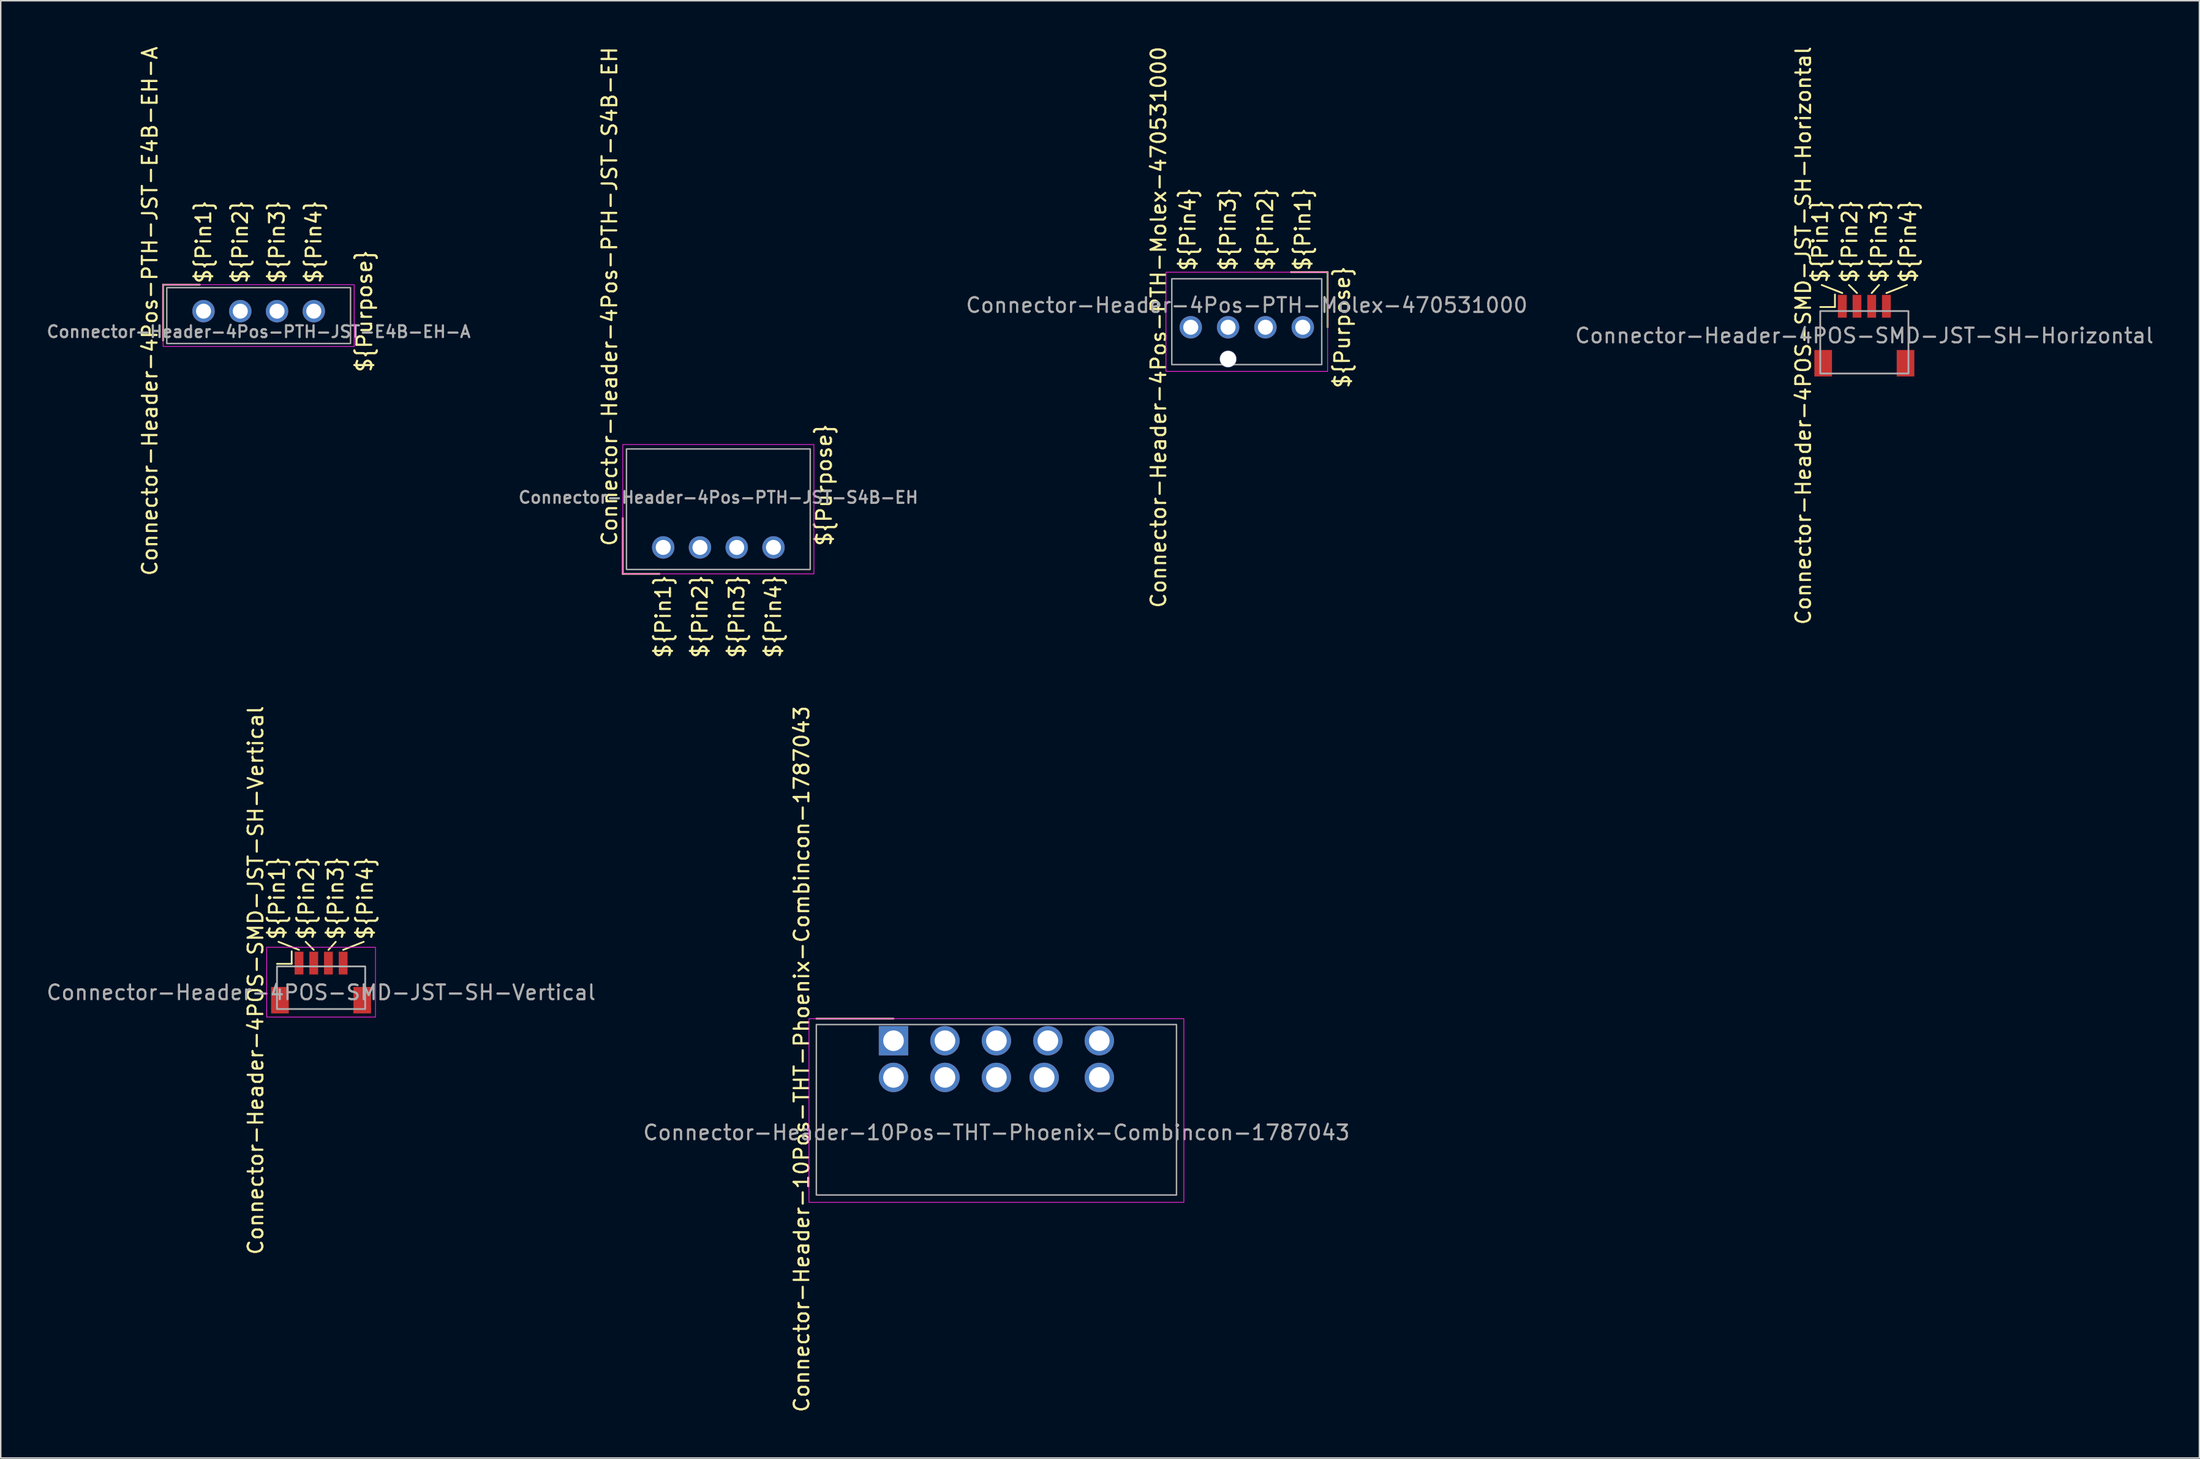
<source format=kicad_pcb>
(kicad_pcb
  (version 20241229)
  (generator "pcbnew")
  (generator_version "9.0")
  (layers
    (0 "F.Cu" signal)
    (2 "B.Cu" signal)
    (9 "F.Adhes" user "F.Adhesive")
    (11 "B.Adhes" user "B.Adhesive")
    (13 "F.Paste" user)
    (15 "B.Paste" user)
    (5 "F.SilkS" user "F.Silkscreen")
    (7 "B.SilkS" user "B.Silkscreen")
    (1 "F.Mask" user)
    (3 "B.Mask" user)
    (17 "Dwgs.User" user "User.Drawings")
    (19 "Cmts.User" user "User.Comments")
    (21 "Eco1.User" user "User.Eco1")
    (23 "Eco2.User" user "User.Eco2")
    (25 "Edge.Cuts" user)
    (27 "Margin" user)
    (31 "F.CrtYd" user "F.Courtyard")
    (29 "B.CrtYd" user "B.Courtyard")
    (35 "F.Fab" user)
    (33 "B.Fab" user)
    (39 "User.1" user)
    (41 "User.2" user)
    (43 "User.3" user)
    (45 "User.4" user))
  (footprint "Connector-Header-4Pos-PTH-JST-S4B-EH"
    (layer "F.Cu")
    (at 45.816 34.202)
    (property "Reference" "Connector-Header-4Pos-PTH-JST-S4B-EH" (at -7.4 0 90) (unlocked yes) (layer "F.SilkS") (effects (font (size 1 1) (thickness 0.15)) (justify left)))
    (attr through_hole)
    (fp_line (start -6.5 1.8) (end -6.5 -2) (stroke (width 0.12) (type solid)) (layer "F.SilkS"))
    (fp_line (start -4 1.8) (end -6.5 1.8) (stroke (width 0.12) (type solid)) (layer "F.SilkS"))
    (fp_rect (start 6.5 -7) (end -6.5 1.8) (stroke (width 0.05) (type default)) (fill no) (layer "F.CrtYd"))
    (fp_rect (start 6.25 -6.7) (end -6.25 1.5) (stroke (width 0.1) (type solid)) (fill no) (layer "F.Fab"))
    (fp_text user "${Pin3}" (at 1.25 1.8 90) (unlocked yes) (layer "F.SilkS") (effects (font (size 1 1) (thickness 0.15)) (justify right)))
    (fp_text user "${Pin4}" (at 3.75 1.8 90) (unlocked yes) (layer "F.SilkS") (effects (font (size 1 1) (thickness 0.15)) (justify right)))
    (fp_text user "${Purpose}" (at 7.2 0 90) (unlocked yes) (layer "F.SilkS") (effects (font (size 1 1) (thickness 0.15)) (justify left)))
    (fp_text user "${Pin1}" (at -3.75 1.8 90) (unlocked yes) (layer "F.SilkS") (effects (font (size 1 1) (thickness 0.15)) (justify right)))
    (fp_text user "${Pin2}" (at -1.25 1.8 90) (unlocked yes) (layer "F.SilkS") (effects (font (size 1 1) (thickness 0.15)) (justify right)))
    (fp_text user "${REFERENCE}" (at 0 -3.4 0) (unlocked yes) (layer "F.Fab") (effects (font (size 0.8 0.8) (thickness 0.15))))
    (pad "1" thru_hole circle (at -3.75 0) (size 1.524 1.524) (drill 1.02) (layers "*.Cu" "*.Mask"))
    (pad "2" thru_hole circle (at -1.25 0) (size 1.524 1.524) (drill 1.02) (layers "*.Cu" "*.Mask"))
    (pad "3" thru_hole circle (at 1.25 0) (size 1.524 1.524) (drill 1.02) (layers "*.Cu" "*.Mask"))
    (pad "4" thru_hole circle (at 3.75 0) (size 1.524 1.524) (drill 1.02) (layers "*.Cu" "*.Mask")))
  (footprint "Connector-Header-10Pos-THT-Phoenix-Combincon-1787043"
    (layer "F.Cu")
    (at 64.732 69.02)
    (property "Reference" "Connector-Header-10Pos-THT-Phoenix-Combincon-1787043" (at -13.25 0 90) (unlocked yes) (layer "F.SilkS") (effects (font (size 1 1) (thickness 0.15))))
    (attr through_hole)
    (fp_line (start -7 -2.75) (end -12.25 -2.75) (stroke (width 0.12) (type solid)) (layer "F.SilkS"))
    (fp_rect (start -12.75 -2.75) (end 12.75 9.75) (stroke (width 0.05) (type solid)) (fill no) (layer "F.CrtYd"))
    (fp_rect (start 12.25 -2.35) (end -12.25 9.25) (stroke (width 0.1) (type solid)) (fill no) (layer "F.Fab"))
    (fp_text user "${REFERENCE}" (at 0 5 0) (unlocked yes) (layer "F.Fab") (effects (font (size 1 1) (thickness 0.15))))
    (pad "1" thru_hole rect (at -7 -1.25) (size 2 2) (drill 1.4) (layers "*.Cu" "*.Mask"))
    (pad "2" thru_hole circle (at -3.5 -1.25) (size 2 2) (drill 1.4) (layers "*.Cu" "*.Mask"))
    (pad "3" thru_hole circle (at 0 -1.25) (size 2 2) (drill 1.4) (layers "*.Cu" "*.Mask"))
    (pad "4" thru_hole circle (at 3.5 -1.25) (size 2 2) (drill 1.4) (layers "*.Cu" "*.Mask"))
    (pad "5" thru_hole circle (at 7 -1.25) (size 2 2) (drill 1.4) (layers "*.Cu" "*.Mask"))
    (pad "6" thru_hole circle (at -7 1.25) (size 2 2) (drill 1.4) (layers "*.Cu" "*.Mask"))
    (pad "7" thru_hole circle (at -3.5 1.25) (size 2 2) (drill 1.4) (layers "*.Cu" "*.Mask"))
    (pad "8" thru_hole circle (at 0 1.25) (size 2 2) (drill 1.4) (layers "*.Cu" "*.Mask"))
    (pad "9" thru_hole circle (at 3.25 1.25) (size 2 2) (drill 1.4) (layers "*.Cu" "*.Mask"))
    (pad "10" thru_hole circle (at 7 1.25) (size 2 2) (drill 1.4) (layers "*.Cu" "*.Mask")))
  (footprint "Connector-Header-4Pos-PTH-JST-E4B-EH-A"
    (layer "F.Cu")
    (at 14.545 18.125)
    (property "Reference" "Connector-Header-4Pos-PTH-JST-E4B-EH-A" (at -7.4 0 90) (unlocked yes) (layer "F.SilkS") (effects (font (size 1 1) (thickness 0.15))))
    (attr through_hole)
    (fp_line (start -6.5 -1.8) (end -6.5 2) (stroke (width 0.12) (type solid)) (layer "F.SilkS"))
    (fp_line (start -4 -1.8) (end -6.5 -1.8) (stroke (width 0.12) (type solid)) (layer "F.SilkS"))
    (fp_rect (start 6.5 2.4) (end -6.5 -1.8) (stroke (width 0.05) (type default)) (fill no) (layer "F.CrtYd"))
    (fp_rect (start 6.25 2.2) (end -6.25 -1.6) (stroke (width 0.1) (type solid)) (fill no) (layer "F.Fab"))
    (fp_text user "${Purpose}" (at 7.2 0 90) (unlocked yes) (layer "F.SilkS") (effects (font (size 1 1) (thickness 0.15))))
    (fp_text user "${Pin4}" (at 3.75 -1.8 90) (unlocked yes) (layer "F.SilkS") (effects (font (size 1 1) (thickness 0.15)) (justify left)))
    (fp_text user "${Pin2}" (at -1.25 -1.8 90) (unlocked yes) (layer "F.SilkS") (effects (font (size 1 1) (thickness 0.15)) (justify left)))
    (fp_text user "${Pin1}" (at -3.75 -1.8 90) (unlocked yes) (layer "F.SilkS") (effects (font (size 1 1) (thickness 0.15)) (justify left)))
    (fp_text user "${Pin3}" (at 1.25 -1.8 90) (unlocked yes) (layer "F.SilkS") (effects (font (size 1 1) (thickness 0.15)) (justify left)))
    (fp_text user "${REFERENCE}" (at 0 1.4 0) (unlocked yes) (layer "F.Fab") (effects (font (size 0.8 0.8) (thickness 0.15))))
    (pad "1" thru_hole circle (at -3.75 0) (size 1.524 1.524) (drill 1.02) (layers "*.Cu" "*.Mask"))
    (pad "2" thru_hole circle (at -1.25 0) (size 1.524 1.524) (drill 1.02) (layers "*.Cu" "*.Mask"))
    (pad "3" thru_hole circle (at 1.25 0) (size 1.524 1.524) (drill 1.02) (layers "*.Cu" "*.Mask"))
    (pad "4" thru_hole circle (at 3.75 0) (size 1.524 1.524) (drill 1.02) (layers "*.Cu" "*.Mask")))
  (footprint "Connector-Header-4Pos-PTH-Molex-470531000"
    (layer "F.Cu")
    (at 81.762 19.22)
    (property "Reference" "Connector-Header-4Pos-PTH-Molex-470531000" (at -6 0 90) (unlocked yes) (layer "F.SilkS") (effects (font (size 1 1) (thickness 0.15))))
    (attr through_hole)
    (fp_line (start 3 -3.75) (end 5.5 -3.75) (stroke (width 0.12) (type solid)) (layer "F.SilkS"))
    (fp_line (start 5.5 -3.75) (end 5.5 0) (stroke (width 0.12) (type solid)) (layer "F.SilkS"))
    (fp_rect (start 5.5 -3.75) (end -5.5 3) (stroke (width 0.05) (type solid)) (fill no) (layer "F.CrtYd"))
    (fp_rect (start -5.1 -3.3) (end 5.1 2.54) (stroke (width 0.1) (type solid)) (fill no) (layer "F.Fab"))
    (fp_text user "${Pin1}" (at 3.81 -3.75 90) (unlocked yes) (layer "F.SilkS") (effects (font (size 1 1) (thickness 0.15)) (justify left)))
    (fp_text user "${Pin4}" (at -4 -3.75 90) (unlocked yes) (layer "F.SilkS") (effects (font (size 1 1) (thickness 0.15)) (justify left)))
    (fp_text user "${Pin3}" (at -1.27 -3.75 90) (unlocked yes) (layer "F.SilkS") (effects (font (size 1 1) (thickness 0.15)) (justify left)))
    (fp_text user "${Pin2}" (at 1.27 -3.75 90) (unlocked yes) (layer "F.SilkS") (effects (font (size 1 1) (thickness 0.15)) (justify left)))
    (fp_text user "${Purpose}" (at 6.5 0 90) (unlocked yes) (layer "F.SilkS") (effects (font (size 1 1) (thickness 0.15))))
    (fp_text user "${REFERENCE}" (at 0 -1.5 0) (unlocked yes) (layer "F.Fab") (effects (font (size 1 1) (thickness 0.15))))
    (pad "" np_thru_hole circle (at -1.27 2.16) (size 1.15 1.15) (drill 1.1) (layers "*.Cu" "*.Mask"))
    (pad "1" thru_hole circle (at 3.81 0 180) (size 1.524 1.524) (drill 1.02) (layers "*.Cu" "*.Mask"))
    (pad "2" thru_hole circle (at 1.27 0 180) (size 1.524 1.524) (drill 1.02) (layers "*.Cu" "*.Mask"))
    (pad "3" thru_hole circle (at -1.27 0 180) (size 1.524 1.524) (drill 1.02) (layers "*.Cu" "*.Mask"))
    (pad "4" thru_hole circle (at -3.81 0 180) (size 1.524 1.524) (drill 1.02) (layers "*.Cu" "*.Mask")))
  (footprint "Connector-Header-4POS-SMD-JST-SH-Vertical"
    (layer "F.Cu")
    (at 18.792 63.688)
    (property "Reference" "Connector-Header-4POS-SMD-JST-SH-Vertical" (at -4.45 -0.025 90) (unlocked yes) (layer "F.SilkS") (effects (font (size 1 1) (thickness 0.15))))
    (attr smd)
    (fp_line (start -2 -2) (end -2 -1.15) (stroke (width 0.12) (type solid)) (layer "F.SilkS"))
    (fp_line (start -2 -1.15) (end -3 -1.15) (stroke (width 0.12) (type solid)) (layer "F.SilkS"))
    (fp_line (start -1.5 -2.1) (end -2.9 -2.65) (stroke (width 0.12) (type solid)) (layer "F.SilkS"))
    (fp_line (start -1.05 -2.65) (end -0.5 -2.1) (stroke (width 0.12) (type solid)) (layer "F.SilkS"))
    (fp_line (start 0.5 -2.1) (end 1 -2.65) (stroke (width 0.12) (type solid)) (layer "F.SilkS"))
    (fp_line (start 2.9 -2.65) (end 1.5 -2.1) (stroke (width 0.12) (type solid)) (layer "F.SilkS"))
    (fp_rect (start 3.7 -2.275) (end -3.7 2.475) (stroke (width 0.05) (type solid)) (fill no) (layer "F.CrtYd"))
    (fp_rect (start 3 1.925) (end -3 -0.975) (stroke (width 0.12) (type solid)) (fill no) (layer "F.Fab"))
    (fp_text user "${Pin1}" (at -3 -2.7 90) (unlocked yes) (layer "F.SilkS") (effects (font (size 1 1) (thickness 0.15)) (justify left)))
    (fp_text user "${Pin4}" (at 3 -2.7 90) (unlocked yes) (layer "F.SilkS") (effects (font (size 1 1) (thickness 0.15)) (justify left)))
    (fp_text user "${Pin3}" (at 1 -2.7 90) (unlocked yes) (layer "F.SilkS") (effects (font (size 1 1) (thickness 0.15)) (justify left)))
    (fp_text user "${Pin2}" (at -1 -2.7 90) (unlocked yes) (layer "F.SilkS") (effects (font (size 1 1) (thickness 0.15)) (justify left)))
    (fp_text user "${REFERENCE}" (at 0 0.8 0) (unlocked yes) (layer "F.Fab") (effects (font (size 1 1) (thickness 0.15))))
    (pad "1" smd rect (at -1.5 -1.2) (size 0.6 1.55) (layers "F.Cu" "F.Mask" "F.Paste"))
    (pad "2" smd rect (at -0.5 -1.2) (size 0.6 1.55) (layers "F.Cu" "F.Mask" "F.Paste"))
    (pad "3" smd rect (at 0.5 -1.2) (size 0.6 1.55) (layers "F.Cu" "F.Mask" "F.Paste"))
    (pad "4" smd rect (at 1.5 -1.2) (size 0.6 1.55) (layers "F.Cu" "F.Mask" "F.Paste"))
    (pad "SH" smd rect (at -2.8 1.325) (size 1.2 1.8) (layers "F.Cu" "F.Mask" "F.Paste"))
    (pad "SH" smd rect (at 2.8 1.325) (size 1.2 1.8) (layers "F.Cu" "F.Mask" "F.Paste")))
  (footprint "Connector-Header-4POS-SMD-JST-SH-Horizontal"
    (layer "F.Cu")
    (at 123.774 19.792)
    (property "Reference" "Connector-Header-4POS-SMD-JST-SH-Horizontal" (at -4.15 0 90) (unlocked yes) (layer "F.SilkS") (effects (font (size 1 1) (thickness 0.15))))
    (attr smd)
    (fp_line (start -2 -2.8) (end -2 -1.95) (stroke (width 0.12) (type solid)) (layer "F.SilkS"))
    (fp_line (start -2 -1.95) (end -3 -1.95) (stroke (width 0.12) (type solid)) (layer "F.SilkS"))
    (fp_line (start -1.5 -2.9) (end -2.9 -3.45) (stroke (width 0.12) (type solid)) (layer "F.SilkS"))
    (fp_line (start -1.05 -3.45) (end -0.5 -2.9) (stroke (width 0.12) (type solid)) (layer "F.SilkS"))
    (fp_line (start 0.5 -2.9) (end 1 -3.45) (stroke (width 0.12) (type solid)) (layer "F.SilkS"))
    (fp_line (start 2.9 -3.45) (end 1.5 -2.9) (stroke (width 0.12) (type solid)) (layer "F.SilkS"))
    (fp_rect (start 3 2.575) (end -3 -1.675) (stroke (width 0.12) (type solid)) (fill no) (layer "F.Fab"))
    (fp_text user "${Pin2}" (at -1 -3.5 90) (unlocked yes) (layer "F.SilkS") (effects (font (size 1 1) (thickness 0.15)) (justify left)))
    (fp_text user "${Pin1}" (at -3 -3.5 90) (unlocked yes) (layer "F.SilkS") (effects (font (size 1 1) (thickness 0.15)) (justify left)))
    (fp_text user "${Pin4}" (at 3 -3.5 90) (unlocked yes) (layer "F.SilkS") (effects (font (size 1 1) (thickness 0.15)) (justify left)))
    (fp_text user "${Pin3}" (at 1 -3.5 90) (unlocked yes) (layer "F.SilkS") (effects (font (size 1 1) (thickness 0.15)) (justify left)))
    (fp_text user "${REFERENCE}" (at 0 0 0) (unlocked yes) (layer "F.Fab") (effects (font (size 1 1) (thickness 0.15))))
    (pad "1" smd rect (at -1.5 -2) (size 0.6 1.55) (layers "F.Cu" "F.Mask" "F.Paste"))
    (pad "2" smd rect (at -0.5 -2) (size 0.6 1.55) (layers "F.Cu" "F.Mask" "F.Paste"))
    (pad "3" smd rect (at 0.5 -2) (size 0.6 1.55) (layers "F.Cu" "F.Mask" "F.Paste"))
    (pad "4" smd rect (at 1.5 -2) (size 0.6 1.55) (layers "F.Cu" "F.Mask" "F.Paste"))
    (pad "SH" smd rect (at -2.8 1.875) (size 1.2 1.8) (layers "F.Cu" "F.Mask" "F.Paste"))
    (pad "SH" smd rect (at 2.8 1.875) (size 1.2 1.8) (layers "F.Cu" "F.Mask" "F.Paste")))
  (gr_rect
    (start -3 -3)
    (end 146.566 96.169)
    (stroke (width 0.1) (type default))
    (fill no)
    (layer "Edge.Cuts")))
</source>
